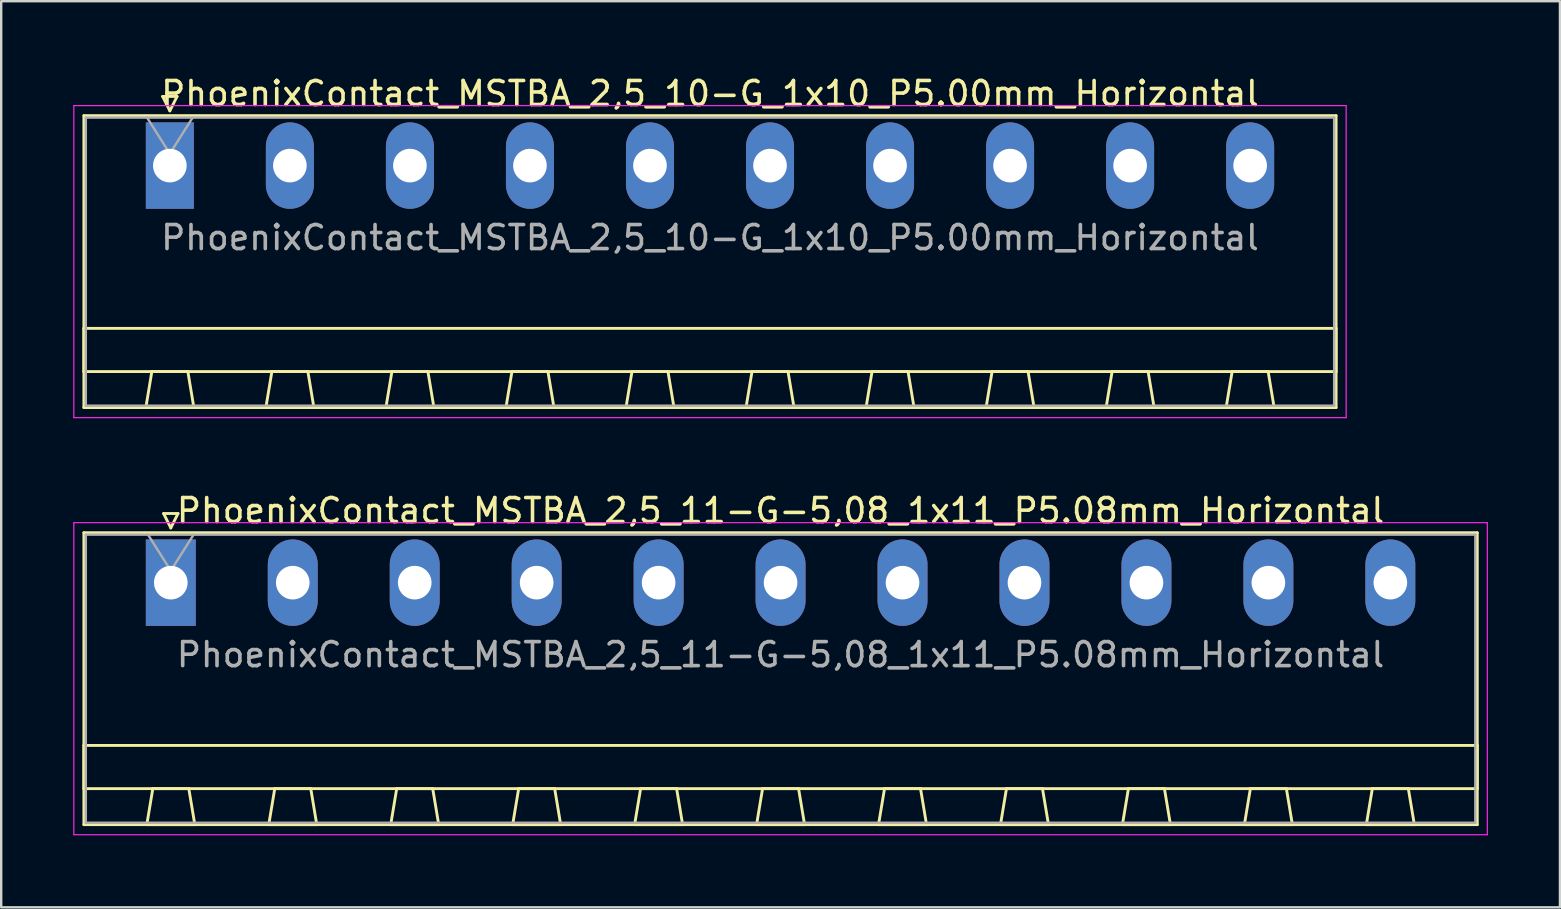
<source format=kicad_pcb>
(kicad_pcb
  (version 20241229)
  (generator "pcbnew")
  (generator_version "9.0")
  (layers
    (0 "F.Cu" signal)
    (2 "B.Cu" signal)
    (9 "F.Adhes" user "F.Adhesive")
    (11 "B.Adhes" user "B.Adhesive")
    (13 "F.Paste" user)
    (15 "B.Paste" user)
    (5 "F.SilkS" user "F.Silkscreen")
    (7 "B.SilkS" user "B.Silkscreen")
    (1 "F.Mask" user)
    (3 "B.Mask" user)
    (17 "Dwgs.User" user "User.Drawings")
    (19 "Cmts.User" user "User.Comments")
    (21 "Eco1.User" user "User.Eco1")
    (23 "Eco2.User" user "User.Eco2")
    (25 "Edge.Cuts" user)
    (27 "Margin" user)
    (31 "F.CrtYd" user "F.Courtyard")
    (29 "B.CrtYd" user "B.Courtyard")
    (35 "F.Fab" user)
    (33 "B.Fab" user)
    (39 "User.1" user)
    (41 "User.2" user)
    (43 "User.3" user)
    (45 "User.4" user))
  (footprint "PhoenixContact_MSTBA_2,5_10-G_1x10_P5.00mm_Horizontal"
    (layer "F.Cu")
    (at 4.025 3.848)
    (property "Reference" "PhoenixContact_MSTBA_2,5_10-G_1x10_P5.00mm_Horizontal" (at 22.5 -3 0) (layer "F.SilkS") (effects (font (size 1 1) (thickness 0.15))))
    (attr through_hole)
    (fp_line (start -3.58 -2.08) (end -3.58 10.08) (stroke (width 0.12) (type solid)) (layer "F.SilkS"))
    (fp_line (start -3.58 6.78) (end 48.58 6.78) (stroke (width 0.12) (type solid)) (layer "F.SilkS"))
    (fp_line (start -3.58 8.58) (end -3.58 6.78) (stroke (width 0.12) (type solid)) (layer "F.SilkS"))
    (fp_line (start -3.58 10.08) (end 48.58 10.08) (stroke (width 0.12) (type solid)) (layer "F.SilkS"))
    (fp_line (start -1 10.08) (end 1 10.08) (stroke (width 0.12) (type solid)) (layer "F.SilkS"))
    (fp_line (start -0.75 8.58) (end -1 10.08) (stroke (width 0.12) (type solid)) (layer "F.SilkS"))
    (fp_line (start -0.3 -2.88) (end 0.3 -2.88) (stroke (width 0.12) (type solid)) (layer "F.SilkS"))
    (fp_line (start 0 -2.28) (end -0.3 -2.88) (stroke (width 0.12) (type solid)) (layer "F.SilkS"))
    (fp_line (start 0.3 -2.88) (end 0 -2.28) (stroke (width 0.12) (type solid)) (layer "F.SilkS"))
    (fp_line (start 0.75 8.58) (end -0.75 8.58) (stroke (width 0.12) (type solid)) (layer "F.SilkS"))
    (fp_line (start 1 10.08) (end 0.75 8.58) (stroke (width 0.12) (type solid)) (layer "F.SilkS"))
    (fp_line (start 4 10.08) (end 6 10.08) (stroke (width 0.12) (type solid)) (layer "F.SilkS"))
    (fp_line (start 4.25 8.58) (end 4 10.08) (stroke (width 0.12) (type solid)) (layer "F.SilkS"))
    (fp_line (start 5.75 8.58) (end 4.25 8.58) (stroke (width 0.12) (type solid)) (layer "F.SilkS"))
    (fp_line (start 6 10.08) (end 5.75 8.58) (stroke (width 0.12) (type solid)) (layer "F.SilkS"))
    (fp_line (start 9 10.08) (end 11 10.08) (stroke (width 0.12) (type solid)) (layer "F.SilkS"))
    (fp_line (start 9.25 8.58) (end 9 10.08) (stroke (width 0.12) (type solid)) (layer "F.SilkS"))
    (fp_line (start 10.75 8.58) (end 9.25 8.58) (stroke (width 0.12) (type solid)) (layer "F.SilkS"))
    (fp_line (start 11 10.08) (end 10.75 8.58) (stroke (width 0.12) (type solid)) (layer "F.SilkS"))
    (fp_line (start 14 10.08) (end 16 10.08) (stroke (width 0.12) (type solid)) (layer "F.SilkS"))
    (fp_line (start 14.25 8.58) (end 14 10.08) (stroke (width 0.12) (type solid)) (layer "F.SilkS"))
    (fp_line (start 15.75 8.58) (end 14.25 8.58) (stroke (width 0.12) (type solid)) (layer "F.SilkS"))
    (fp_line (start 16 10.08) (end 15.75 8.58) (stroke (width 0.12) (type solid)) (layer "F.SilkS"))
    (fp_line (start 19 10.08) (end 21 10.08) (stroke (width 0.12) (type solid)) (layer "F.SilkS"))
    (fp_line (start 19.25 8.58) (end 19 10.08) (stroke (width 0.12) (type solid)) (layer "F.SilkS"))
    (fp_line (start 20.75 8.58) (end 19.25 8.58) (stroke (width 0.12) (type solid)) (layer "F.SilkS"))
    (fp_line (start 21 10.08) (end 20.75 8.58) (stroke (width 0.12) (type solid)) (layer "F.SilkS"))
    (fp_line (start 24 10.08) (end 26 10.08) (stroke (width 0.12) (type solid)) (layer "F.SilkS"))
    (fp_line (start 24.25 8.58) (end 24 10.08) (stroke (width 0.12) (type solid)) (layer "F.SilkS"))
    (fp_line (start 25.75 8.58) (end 24.25 8.58) (stroke (width 0.12) (type solid)) (layer "F.SilkS"))
    (fp_line (start 26 10.08) (end 25.75 8.58) (stroke (width 0.12) (type solid)) (layer "F.SilkS"))
    (fp_line (start 29 10.08) (end 31 10.08) (stroke (width 0.12) (type solid)) (layer "F.SilkS"))
    (fp_line (start 29.25 8.58) (end 29 10.08) (stroke (width 0.12) (type solid)) (layer "F.SilkS"))
    (fp_line (start 30.75 8.58) (end 29.25 8.58) (stroke (width 0.12) (type solid)) (layer "F.SilkS"))
    (fp_line (start 31 10.08) (end 30.75 8.58) (stroke (width 0.12) (type solid)) (layer "F.SilkS"))
    (fp_line (start 34 10.08) (end 36 10.08) (stroke (width 0.12) (type solid)) (layer "F.SilkS"))
    (fp_line (start 34.25 8.58) (end 34 10.08) (stroke (width 0.12) (type solid)) (layer "F.SilkS"))
    (fp_line (start 35.75 8.58) (end 34.25 8.58) (stroke (width 0.12) (type solid)) (layer "F.SilkS"))
    (fp_line (start 36 10.08) (end 35.75 8.58) (stroke (width 0.12) (type solid)) (layer "F.SilkS"))
    (fp_line (start 39 10.08) (end 41 10.08) (stroke (width 0.12) (type solid)) (layer "F.SilkS"))
    (fp_line (start 39.25 8.58) (end 39 10.08) (stroke (width 0.12) (type solid)) (layer "F.SilkS"))
    (fp_line (start 40.75 8.58) (end 39.25 8.58) (stroke (width 0.12) (type solid)) (layer "F.SilkS"))
    (fp_line (start 41 10.08) (end 40.75 8.58) (stroke (width 0.12) (type solid)) (layer "F.SilkS"))
    (fp_line (start 44 10.08) (end 46 10.08) (stroke (width 0.12) (type solid)) (layer "F.SilkS"))
    (fp_line (start 44.25 8.58) (end 44 10.08) (stroke (width 0.12) (type solid)) (layer "F.SilkS"))
    (fp_line (start 45.75 8.58) (end 44.25 8.58) (stroke (width 0.12) (type solid)) (layer "F.SilkS"))
    (fp_line (start 46 10.08) (end 45.75 8.58) (stroke (width 0.12) (type solid)) (layer "F.SilkS"))
    (fp_line (start 48.58 -2.08) (end -3.58 -2.08) (stroke (width 0.12) (type solid)) (layer "F.SilkS"))
    (fp_line (start 48.58 6.78) (end 48.58 8.58) (stroke (width 0.12) (type solid)) (layer "F.SilkS"))
    (fp_line (start 48.58 8.58) (end -3.58 8.58) (stroke (width 0.12) (type solid)) (layer "F.SilkS"))
    (fp_line (start 48.58 10.08) (end 48.58 -2.08) (stroke (width 0.12) (type solid)) (layer "F.SilkS"))
    (fp_line (start -4 -2.5) (end -4 10.5) (stroke (width 0.05) (type solid)) (layer "F.CrtYd"))
    (fp_line (start -4 10.5) (end 49 10.5) (stroke (width 0.05) (type solid)) (layer "F.CrtYd"))
    (fp_line (start 49 -2.5) (end -4 -2.5) (stroke (width 0.05) (type solid)) (layer "F.CrtYd"))
    (fp_line (start 49 10.5) (end 49 -2.5) (stroke (width 0.05) (type solid)) (layer "F.CrtYd"))
    (fp_line (start -3.5 -2) (end -3.5 10) (stroke (width 0.1) (type solid)) (layer "F.Fab"))
    (fp_line (start -3.5 10) (end 48.5 10) (stroke (width 0.1) (type solid)) (layer "F.Fab"))
    (fp_line (start 0 -0.5) (end -0.95 -2) (stroke (width 0.1) (type solid)) (layer "F.Fab"))
    (fp_line (start 0.95 -2) (end 0 -0.5) (stroke (width 0.1) (type solid)) (layer "F.Fab"))
    (fp_line (start 48.5 -2) (end -3.5 -2) (stroke (width 0.1) (type solid)) (layer "F.Fab"))
    (fp_line (start 48.5 10) (end 48.5 -2) (stroke (width 0.1) (type solid)) (layer "F.Fab"))
    (fp_text user "${REFERENCE}" (at 22.5 3 0) (layer "F.Fab") (effects (font (size 1 1) (thickness 0.15))))
    (pad "1" thru_hole rect (at 0 0) (size 2 3.6) (drill 1.4) (layers "*.Cu" "*.Mask"))
    (pad "2" thru_hole oval (at 5 0) (size 2 3.6) (drill 1.4) (layers "*.Cu" "*.Mask"))
    (pad "3" thru_hole oval (at 10 0) (size 2 3.6) (drill 1.4) (layers "*.Cu" "*.Mask"))
    (pad "4" thru_hole oval (at 15 0) (size 2 3.6) (drill 1.4) (layers "*.Cu" "*.Mask"))
    (pad "5" thru_hole oval (at 20 0) (size 2 3.6) (drill 1.4) (layers "*.Cu" "*.Mask"))
    (pad "6" thru_hole oval (at 25 0) (size 2 3.6) (drill 1.4) (layers "*.Cu" "*.Mask"))
    (pad "7" thru_hole oval (at 30 0) (size 2 3.6) (drill 1.4) (layers "*.Cu" "*.Mask"))
    (pad "8" thru_hole oval (at 35 0) (size 2 3.6) (drill 1.4) (layers "*.Cu" "*.Mask"))
    (pad "9" thru_hole oval (at 40 0) (size 2 3.6) (drill 1.4) (layers "*.Cu" "*.Mask"))
    (pad "10" thru_hole oval (at 45 0) (size 2 3.6) (drill 1.4) (layers "*.Cu" "*.Mask")))
  (footprint "PhoenixContact_MSTBA_2,5_11-G-5,08_1x11_P5.08mm_Horizontal"
    (layer "F.Cu")
    (at 4.065 21.221)
    (property "Reference" "PhoenixContact_MSTBA_2,5_11-G-5,08_1x11_P5.08mm_Horizontal" (at 25.4 -3 0) (layer "F.SilkS") (effects (font (size 1 1) (thickness 0.15))))
    (attr through_hole)
    (fp_line (start -3.62 -2.08) (end -3.62 10.08) (stroke (width 0.12) (type solid)) (layer "F.SilkS"))
    (fp_line (start -3.62 6.78) (end 54.42 6.78) (stroke (width 0.12) (type solid)) (layer "F.SilkS"))
    (fp_line (start -3.62 8.58) (end -3.62 6.78) (stroke (width 0.12) (type solid)) (layer "F.SilkS"))
    (fp_line (start -3.62 10.08) (end 54.42 10.08) (stroke (width 0.12) (type solid)) (layer "F.SilkS"))
    (fp_line (start -1 10.08) (end 1 10.08) (stroke (width 0.12) (type solid)) (layer "F.SilkS"))
    (fp_line (start -0.75 8.58) (end -1 10.08) (stroke (width 0.12) (type solid)) (layer "F.SilkS"))
    (fp_line (start -0.3 -2.88) (end 0.3 -2.88) (stroke (width 0.12) (type solid)) (layer "F.SilkS"))
    (fp_line (start 0 -2.28) (end -0.3 -2.88) (stroke (width 0.12) (type solid)) (layer "F.SilkS"))
    (fp_line (start 0.3 -2.88) (end 0 -2.28) (stroke (width 0.12) (type solid)) (layer "F.SilkS"))
    (fp_line (start 0.75 8.58) (end -0.75 8.58) (stroke (width 0.12) (type solid)) (layer "F.SilkS"))
    (fp_line (start 1 10.08) (end 0.75 8.58) (stroke (width 0.12) (type solid)) (layer "F.SilkS"))
    (fp_line (start 4.08 10.08) (end 6.08 10.08) (stroke (width 0.12) (type solid)) (layer "F.SilkS"))
    (fp_line (start 4.33 8.58) (end 4.08 10.08) (stroke (width 0.12) (type solid)) (layer "F.SilkS"))
    (fp_line (start 5.83 8.58) (end 4.33 8.58) (stroke (width 0.12) (type solid)) (layer "F.SilkS"))
    (fp_line (start 6.08 10.08) (end 5.83 8.58) (stroke (width 0.12) (type solid)) (layer "F.SilkS"))
    (fp_line (start 9.16 10.08) (end 11.16 10.08) (stroke (width 0.12) (type solid)) (layer "F.SilkS"))
    (fp_line (start 9.41 8.58) (end 9.16 10.08) (stroke (width 0.12) (type solid)) (layer "F.SilkS"))
    (fp_line (start 10.91 8.58) (end 9.41 8.58) (stroke (width 0.12) (type solid)) (layer "F.SilkS"))
    (fp_line (start 11.16 10.08) (end 10.91 8.58) (stroke (width 0.12) (type solid)) (layer "F.SilkS"))
    (fp_line (start 14.24 10.08) (end 16.24 10.08) (stroke (width 0.12) (type solid)) (layer "F.SilkS"))
    (fp_line (start 14.49 8.58) (end 14.24 10.08) (stroke (width 0.12) (type solid)) (layer "F.SilkS"))
    (fp_line (start 15.99 8.58) (end 14.49 8.58) (stroke (width 0.12) (type solid)) (layer "F.SilkS"))
    (fp_line (start 16.24 10.08) (end 15.99 8.58) (stroke (width 0.12) (type solid)) (layer "F.SilkS"))
    (fp_line (start 19.32 10.08) (end 21.32 10.08) (stroke (width 0.12) (type solid)) (layer "F.SilkS"))
    (fp_line (start 19.57 8.58) (end 19.32 10.08) (stroke (width 0.12) (type solid)) (layer "F.SilkS"))
    (fp_line (start 21.07 8.58) (end 19.57 8.58) (stroke (width 0.12) (type solid)) (layer "F.SilkS"))
    (fp_line (start 21.32 10.08) (end 21.07 8.58) (stroke (width 0.12) (type solid)) (layer "F.SilkS"))
    (fp_line (start 24.4 10.08) (end 26.4 10.08) (stroke (width 0.12) (type solid)) (layer "F.SilkS"))
    (fp_line (start 24.65 8.58) (end 24.4 10.08) (stroke (width 0.12) (type solid)) (layer "F.SilkS"))
    (fp_line (start 26.15 8.58) (end 24.65 8.58) (stroke (width 0.12) (type solid)) (layer "F.SilkS"))
    (fp_line (start 26.4 10.08) (end 26.15 8.58) (stroke (width 0.12) (type solid)) (layer "F.SilkS"))
    (fp_line (start 29.48 10.08) (end 31.48 10.08) (stroke (width 0.12) (type solid)) (layer "F.SilkS"))
    (fp_line (start 29.73 8.58) (end 29.48 10.08) (stroke (width 0.12) (type solid)) (layer "F.SilkS"))
    (fp_line (start 31.23 8.58) (end 29.73 8.58) (stroke (width 0.12) (type solid)) (layer "F.SilkS"))
    (fp_line (start 31.48 10.08) (end 31.23 8.58) (stroke (width 0.12) (type solid)) (layer "F.SilkS"))
    (fp_line (start 34.56 10.08) (end 36.56 10.08) (stroke (width 0.12) (type solid)) (layer "F.SilkS"))
    (fp_line (start 34.81 8.58) (end 34.56 10.08) (stroke (width 0.12) (type solid)) (layer "F.SilkS"))
    (fp_line (start 36.31 8.58) (end 34.81 8.58) (stroke (width 0.12) (type solid)) (layer "F.SilkS"))
    (fp_line (start 36.56 10.08) (end 36.31 8.58) (stroke (width 0.12) (type solid)) (layer "F.SilkS"))
    (fp_line (start 39.64 10.08) (end 41.64 10.08) (stroke (width 0.12) (type solid)) (layer "F.SilkS"))
    (fp_line (start 39.89 8.58) (end 39.64 10.08) (stroke (width 0.12) (type solid)) (layer "F.SilkS"))
    (fp_line (start 41.39 8.58) (end 39.89 8.58) (stroke (width 0.12) (type solid)) (layer "F.SilkS"))
    (fp_line (start 41.64 10.08) (end 41.39 8.58) (stroke (width 0.12) (type solid)) (layer "F.SilkS"))
    (fp_line (start 44.72 10.08) (end 46.72 10.08) (stroke (width 0.12) (type solid)) (layer "F.SilkS"))
    (fp_line (start 44.97 8.58) (end 44.72 10.08) (stroke (width 0.12) (type solid)) (layer "F.SilkS"))
    (fp_line (start 46.47 8.58) (end 44.97 8.58) (stroke (width 0.12) (type solid)) (layer "F.SilkS"))
    (fp_line (start 46.72 10.08) (end 46.47 8.58) (stroke (width 0.12) (type solid)) (layer "F.SilkS"))
    (fp_line (start 49.8 10.08) (end 51.8 10.08) (stroke (width 0.12) (type solid)) (layer "F.SilkS"))
    (fp_line (start 50.05 8.58) (end 49.8 10.08) (stroke (width 0.12) (type solid)) (layer "F.SilkS"))
    (fp_line (start 51.55 8.58) (end 50.05 8.58) (stroke (width 0.12) (type solid)) (layer "F.SilkS"))
    (fp_line (start 51.8 10.08) (end 51.55 8.58) (stroke (width 0.12) (type solid)) (layer "F.SilkS"))
    (fp_line (start 54.42 -2.08) (end -3.62 -2.08) (stroke (width 0.12) (type solid)) (layer "F.SilkS"))
    (fp_line (start 54.42 6.78) (end 54.42 8.58) (stroke (width 0.12) (type solid)) (layer "F.SilkS"))
    (fp_line (start 54.42 8.58) (end -3.62 8.58) (stroke (width 0.12) (type solid)) (layer "F.SilkS"))
    (fp_line (start 54.42 10.08) (end 54.42 -2.08) (stroke (width 0.12) (type solid)) (layer "F.SilkS"))
    (fp_line (start -4.04 -2.5) (end -4.04 10.5) (stroke (width 0.05) (type solid)) (layer "F.CrtYd"))
    (fp_line (start -4.04 10.5) (end 54.84 10.5) (stroke (width 0.05) (type solid)) (layer "F.CrtYd"))
    (fp_line (start 54.84 -2.5) (end -4.04 -2.5) (stroke (width 0.05) (type solid)) (layer "F.CrtYd"))
    (fp_line (start 54.84 10.5) (end 54.84 -2.5) (stroke (width 0.05) (type solid)) (layer "F.CrtYd"))
    (fp_line (start -3.54 -2) (end -3.54 10) (stroke (width 0.1) (type solid)) (layer "F.Fab"))
    (fp_line (start -3.54 10) (end 54.34 10) (stroke (width 0.1) (type solid)) (layer "F.Fab"))
    (fp_line (start 0 -0.5) (end -0.95 -2) (stroke (width 0.1) (type solid)) (layer "F.Fab"))
    (fp_line (start 0.95 -2) (end 0 -0.5) (stroke (width 0.1) (type solid)) (layer "F.Fab"))
    (fp_line (start 54.34 -2) (end -3.54 -2) (stroke (width 0.1) (type solid)) (layer "F.Fab"))
    (fp_line (start 54.34 10) (end 54.34 -2) (stroke (width 0.1) (type solid)) (layer "F.Fab"))
    (fp_text user "${REFERENCE}" (at 25.4 3 0) (layer "F.Fab") (effects (font (size 1 1) (thickness 0.15))))
    (pad "1" thru_hole rect (at 0 0) (size 2.08 3.6) (drill 1.4) (layers "*.Cu" "*.Mask"))
    (pad "2" thru_hole oval (at 5.08 0) (size 2.08 3.6) (drill 1.4) (layers "*.Cu" "*.Mask"))
    (pad "3" thru_hole oval (at 10.16 0) (size 2.08 3.6) (drill 1.4) (layers "*.Cu" "*.Mask"))
    (pad "4" thru_hole oval (at 15.24 0) (size 2.08 3.6) (drill 1.4) (layers "*.Cu" "*.Mask"))
    (pad "5" thru_hole oval (at 20.32 0) (size 2.08 3.6) (drill 1.4) (layers "*.Cu" "*.Mask"))
    (pad "6" thru_hole oval (at 25.4 0) (size 2.08 3.6) (drill 1.4) (layers "*.Cu" "*.Mask"))
    (pad "7" thru_hole oval (at 30.48 0) (size 2.08 3.6) (drill 1.4) (layers "*.Cu" "*.Mask"))
    (pad "8" thru_hole oval (at 35.56 0) (size 2.08 3.6) (drill 1.4) (layers "*.Cu" "*.Mask"))
    (pad "9" thru_hole oval (at 40.64 0) (size 2.08 3.6) (drill 1.4) (layers "*.Cu" "*.Mask"))
    (pad "10" thru_hole oval (at 45.72 0) (size 2.08 3.6) (drill 1.4) (layers "*.Cu" "*.Mask"))
    (pad "11" thru_hole oval (at 50.8 0) (size 2.08 3.6) (drill 1.4) (layers "*.Cu" "*.Mask")))
  (gr_rect
    (start -3 -3)
    (end 61.93 34.746)
    (stroke (width 0.1) (type default))
    (fill no)
    (layer "Edge.Cuts")))
</source>
